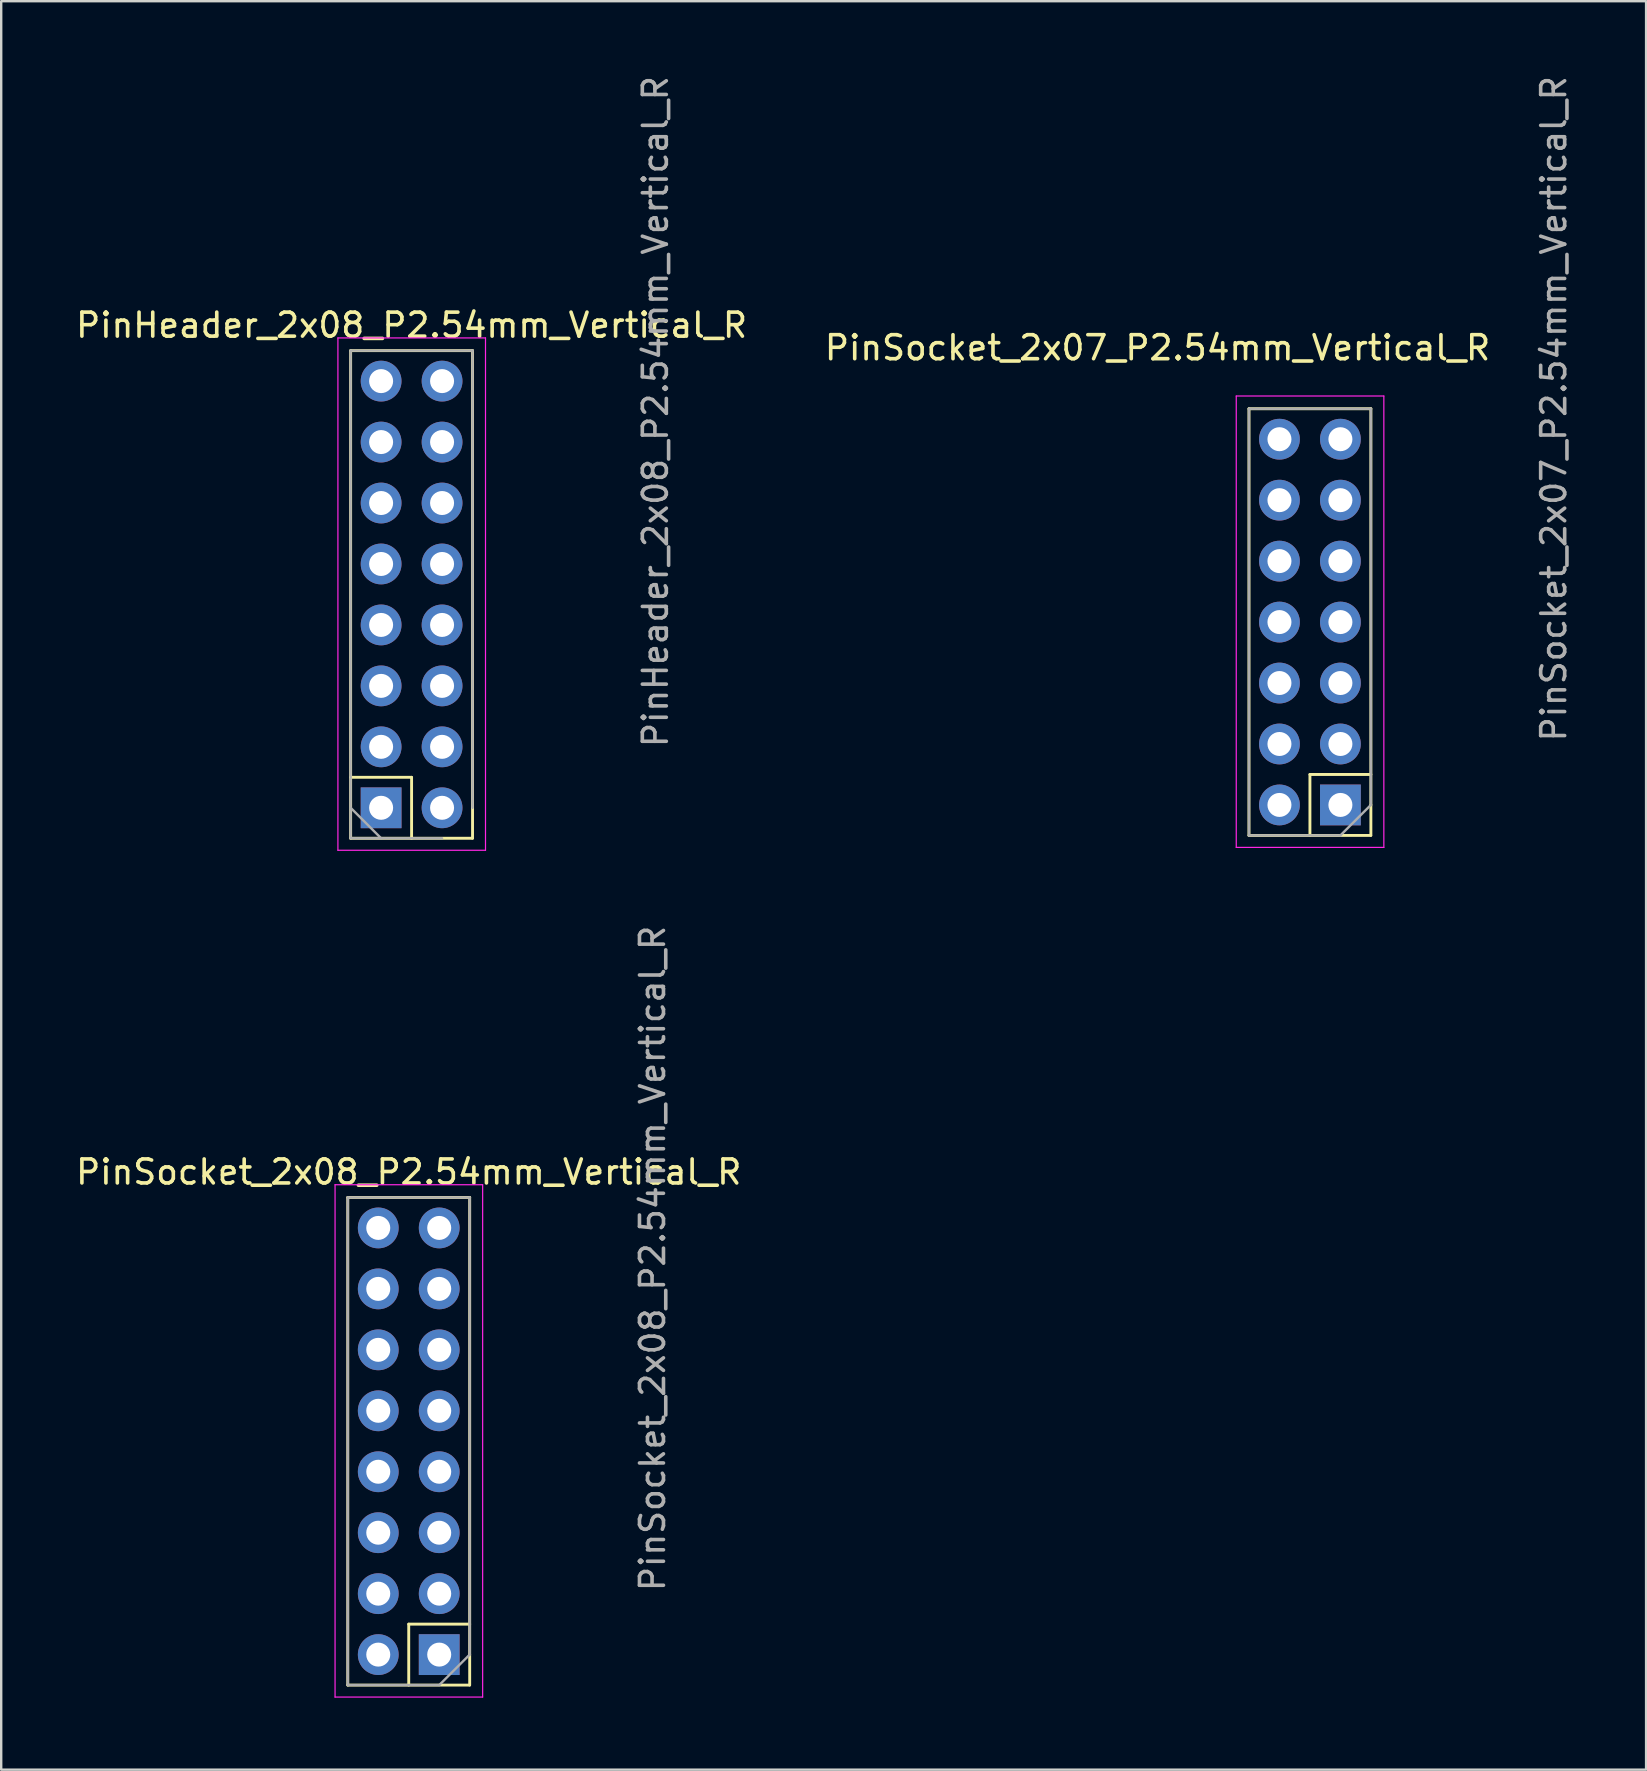
<source format=kicad_pcb>
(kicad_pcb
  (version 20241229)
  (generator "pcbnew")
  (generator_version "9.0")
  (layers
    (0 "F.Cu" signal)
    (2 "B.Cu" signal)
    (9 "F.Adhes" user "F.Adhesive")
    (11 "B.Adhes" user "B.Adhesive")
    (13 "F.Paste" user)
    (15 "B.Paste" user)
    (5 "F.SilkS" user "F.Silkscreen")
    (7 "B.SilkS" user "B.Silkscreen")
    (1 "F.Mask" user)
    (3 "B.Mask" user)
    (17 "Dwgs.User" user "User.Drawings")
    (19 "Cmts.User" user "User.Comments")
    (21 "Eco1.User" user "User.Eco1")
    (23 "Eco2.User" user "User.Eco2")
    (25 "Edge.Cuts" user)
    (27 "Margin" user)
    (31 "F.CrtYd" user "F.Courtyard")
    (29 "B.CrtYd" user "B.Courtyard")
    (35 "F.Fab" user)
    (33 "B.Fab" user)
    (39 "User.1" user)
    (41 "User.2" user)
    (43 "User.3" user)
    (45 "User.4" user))
  (footprint "PinHeader_2x08_P2.54mm_Vertical_R"
    (layer "F.Cu")
    (at 12.831 30.611)
    (property "Reference" "PinHeader_2x08_P2.54mm_Vertical_R" (at 1.27 -20.11 0) (layer "F.SilkS") (effects (font (size 1 1) (thickness 0.15))))
    (attr through_hole)
    (fp_line (start -1.27 1.27) (end -1.27 -19.05) (stroke (width 0.12) (type solid)) (layer "F.SilkS"))
    (fp_line (start 1.27 -1.27) (end -1.27 -1.27) (stroke (width 0.12) (type solid)) (layer "F.SilkS"))
    (fp_line (start 1.27 -1.27) (end 1.27 1.27) (stroke (width 0.12) (type solid)) (layer "F.SilkS"))
    (fp_line (start 3.804 1.27) (end -1.27 1.27) (stroke (width 0.12) (type solid)) (layer "F.SilkS"))
    (fp_line (start 3.81 -19.05) (end -1.27 -19.05) (stroke (width 0.12) (type solid)) (layer "F.SilkS"))
    (fp_line (start 3.81 0) (end 3.81 -19.05) (stroke (width 0.12) (type solid)) (layer "F.SilkS"))
    (fp_line (start 3.81 0) (end 3.81 1.27) (stroke (width 0.12) (type solid)) (layer "F.SilkS"))
    (fp_line (start -1.8 -19.58) (end -1.8 1.77) (stroke (width 0.05) (type solid)) (layer "F.CrtYd"))
    (fp_line (start -1.8 1.77) (end 4.35 1.77) (stroke (width 0.05) (type solid)) (layer "F.CrtYd"))
    (fp_line (start 4.35 -19.58) (end -1.8 -19.58) (stroke (width 0.05) (type solid)) (layer "F.CrtYd"))
    (fp_line (start 4.35 1.77) (end 4.35 -19.58) (stroke (width 0.05) (type solid)) (layer "F.CrtYd"))
    (fp_line (start -1.27 -19.05) (end 3.81 -19.05) (stroke (width 0.1) (type solid)) (layer "F.Fab"))
    (fp_line (start -1.27 0) (end 0 1.27) (stroke (width 0.1) (type solid)) (layer "F.Fab"))
    (fp_line (start -1.27 1.27) (end -1.27 -19.05) (stroke (width 0.1) (type solid)) (layer "F.Fab"))
    (fp_line (start 2.54 1.27) (end -1.27 1.27) (stroke (width 0.1) (type solid)) (layer "F.Fab"))
    (fp_line (start 3.81 -19.05) (end 3.81 0) (stroke (width 0.1) (type solid)) (layer "F.Fab"))
    (fp_text user "${REFERENCE}" (at 11.43 -16.51 90) (layer "F.Fab") (effects (font (size 1 1) (thickness 0.15))))
    (pad "1" thru_hole rect (at 0 0) (size 1.7 1.7) (drill 1) (layers "*.Cu" "*.Mask"))
    (pad "2" thru_hole oval (at 2.54 0) (size 1.7 1.7) (drill 1) (layers "*.Cu" "*.Mask"))
    (pad "3" thru_hole oval (at 0 -2.54) (size 1.7 1.7) (drill 1) (layers "*.Cu" "*.Mask"))
    (pad "4" thru_hole oval (at 2.54 -2.54) (size 1.7 1.7) (drill 1) (layers "*.Cu" "*.Mask"))
    (pad "5" thru_hole oval (at 0 -5.08) (size 1.7 1.7) (drill 1) (layers "*.Cu" "*.Mask"))
    (pad "6" thru_hole oval (at 2.54 -5.08) (size 1.7 1.7) (drill 1) (layers "*.Cu" "*.Mask"))
    (pad "7" thru_hole oval (at 0 -7.62) (size 1.7 1.7) (drill 1) (layers "*.Cu" "*.Mask"))
    (pad "8" thru_hole oval (at 2.54 -7.62) (size 1.7 1.7) (drill 1) (layers "*.Cu" "*.Mask"))
    (pad "9" thru_hole oval (at 0 -10.16) (size 1.7 1.7) (drill 1) (layers "*.Cu" "*.Mask"))
    (pad "10" thru_hole oval (at 2.54 -10.16) (size 1.7 1.7) (drill 1) (layers "*.Cu" "*.Mask"))
    (pad "11" thru_hole oval (at 0 -12.7) (size 1.7 1.7) (drill 1) (layers "*.Cu" "*.Mask"))
    (pad "12" thru_hole oval (at 2.54 -12.7) (size 1.7 1.7) (drill 1) (layers "*.Cu" "*.Mask"))
    (pad "13" thru_hole oval (at 0 -15.24) (size 1.7 1.7) (drill 1) (layers "*.Cu" "*.Mask"))
    (pad "14" thru_hole oval (at 2.54 -15.24) (size 1.7 1.7) (drill 1) (layers "*.Cu" "*.Mask"))
    (pad "15" thru_hole oval (at 0 -17.78) (size 1.7 1.7) (drill 1) (layers "*.Cu" "*.Mask"))
    (pad "16" thru_hole oval (at 2.54 -17.78) (size 1.7 1.7) (drill 1) (layers "*.Cu" "*.Mask")))
  (footprint "PinSocket_2x07_P2.54mm_Vertical_R"
    (layer "F.Cu")
    (at 52.805 30.492)
    (property "Reference" "PinSocket_2x07_P2.54mm_Vertical_R" (at -7.62 -19.05 0) (layer "F.SilkS") (effects (font (size 1 1) (thickness 0.15))))
    (attr through_hole)
    (fp_line (start -3.81 1.27) (end -3.81 -16.51) (stroke (width 0.12) (type solid)) (layer "F.SilkS"))
    (fp_line (start -1.27 -1.27) (end -1.27 1.27) (stroke (width 0.12) (type solid)) (layer "F.SilkS"))
    (fp_line (start 1.264 1.27) (end -3.81 1.27) (stroke (width 0.12) (type solid)) (layer "F.SilkS"))
    (fp_line (start 1.27 -16.51) (end -3.81 -16.51) (stroke (width 0.12) (type solid)) (layer "F.SilkS"))
    (fp_line (start 1.27 -1.27) (end -1.27 -1.27) (stroke (width 0.12) (type solid)) (layer "F.SilkS"))
    (fp_line (start 1.27 0) (end 1.27 -16.51) (stroke (width 0.12) (type solid)) (layer "F.SilkS"))
    (fp_line (start 1.27 0) (end 1.27 1.27) (stroke (width 0.12) (type solid)) (layer "F.SilkS"))
    (fp_line (start -4.34 -17.04) (end -4.34 1.77) (stroke (width 0.05) (type solid)) (layer "F.CrtYd"))
    (fp_line (start -4.34 1.77) (end 1.81 1.77) (stroke (width 0.05) (type solid)) (layer "F.CrtYd"))
    (fp_line (start 1.81 -17.04) (end -4.34 -17.04) (stroke (width 0.05) (type solid)) (layer "F.CrtYd"))
    (fp_line (start 1.81 1.77) (end 1.81 -17.04) (stroke (width 0.05) (type solid)) (layer "F.CrtYd"))
    (fp_line (start -3.81 -16.51) (end 1.27 -16.51) (stroke (width 0.1) (type solid)) (layer "F.Fab"))
    (fp_line (start -3.81 1.27) (end -3.81 -16.51) (stroke (width 0.1) (type solid)) (layer "F.Fab"))
    (fp_line (start 0 1.27) (end -3.81 1.27) (stroke (width 0.1) (type solid)) (layer "F.Fab"))
    (fp_line (start 1.27 -16.51) (end 1.27 0) (stroke (width 0.1) (type solid)) (layer "F.Fab"))
    (fp_line (start 1.27 0) (end 0 1.27) (stroke (width 0.1) (type solid)) (layer "F.Fab"))
    (fp_text user "${REFERENCE}" (at 8.89 -16.51 90) (layer "F.Fab") (effects (font (size 1 1) (thickness 0.15))))
    (pad "1" thru_hole rect (at 0 0) (size 1.7 1.7) (drill 1) (layers "*.Cu" "*.Mask"))
    (pad "2" thru_hole oval (at -2.54 0) (size 1.7 1.7) (drill 1) (layers "*.Cu" "*.Mask"))
    (pad "3" thru_hole oval (at 0 -2.54) (size 1.7 1.7) (drill 1) (layers "*.Cu" "*.Mask"))
    (pad "4" thru_hole oval (at -2.54 -2.54) (size 1.7 1.7) (drill 1) (layers "*.Cu" "*.Mask"))
    (pad "5" thru_hole oval (at 0 -5.08) (size 1.7 1.7) (drill 1) (layers "*.Cu" "*.Mask"))
    (pad "6" thru_hole oval (at -2.54 -5.08) (size 1.7 1.7) (drill 1) (layers "*.Cu" "*.Mask"))
    (pad "7" thru_hole oval (at 0 -7.62) (size 1.7 1.7) (drill 1) (layers "*.Cu" "*.Mask"))
    (pad "8" thru_hole oval (at -2.54 -7.62) (size 1.7 1.7) (drill 1) (layers "*.Cu" "*.Mask"))
    (pad "9" thru_hole oval (at 0 -10.16) (size 1.7 1.7) (drill 1) (layers "*.Cu" "*.Mask"))
    (pad "10" thru_hole oval (at -2.54 -10.16) (size 1.7 1.7) (drill 1) (layers "*.Cu" "*.Mask"))
    (pad "11" thru_hole oval (at 0 -12.7) (size 1.7 1.7) (drill 1) (layers "*.Cu" "*.Mask"))
    (pad "12" thru_hole oval (at -2.54 -12.7) (size 1.7 1.7) (drill 1) (layers "*.Cu" "*.Mask"))
    (pad "13" thru_hole oval (at 0 -15.24) (size 1.7 1.7) (drill 1) (layers "*.Cu" "*.Mask"))
    (pad "14" thru_hole oval (at -2.54 -15.24) (size 1.7 1.7) (drill 1) (layers "*.Cu" "*.Mask")))
  (footprint "PinSocket_2x08_P2.54mm_Vertical_R"
    (layer "F.Cu")
    (at 15.252 65.898)
    (property "Reference" "PinSocket_2x08_P2.54mm_Vertical_R" (at -1.27 -20.11 0) (layer "F.SilkS") (effects (font (size 1 1) (thickness 0.15))))
    (attr through_hole)
    (fp_line (start -3.81 1.27) (end -3.81 -19.05) (stroke (width 0.12) (type solid)) (layer "F.SilkS"))
    (fp_line (start -1.27 -1.27) (end -1.27 1.27) (stroke (width 0.12) (type solid)) (layer "F.SilkS"))
    (fp_line (start 1.264 1.27) (end -3.81 1.27) (stroke (width 0.12) (type solid)) (layer "F.SilkS"))
    (fp_line (start 1.27 -19.05) (end -3.81 -19.05) (stroke (width 0.12) (type solid)) (layer "F.SilkS"))
    (fp_line (start 1.27 -1.27) (end -1.27 -1.27) (stroke (width 0.12) (type solid)) (layer "F.SilkS"))
    (fp_line (start 1.27 0) (end 1.27 -19.05) (stroke (width 0.12) (type solid)) (layer "F.SilkS"))
    (fp_line (start 1.27 0) (end 1.27 1.27) (stroke (width 0.12) (type solid)) (layer "F.SilkS"))
    (fp_line (start -4.34 -19.58) (end -4.34 1.77) (stroke (width 0.05) (type solid)) (layer "F.CrtYd"))
    (fp_line (start -4.34 1.77) (end 1.81 1.77) (stroke (width 0.05) (type solid)) (layer "F.CrtYd"))
    (fp_line (start 1.81 -19.58) (end -4.34 -19.58) (stroke (width 0.05) (type solid)) (layer "F.CrtYd"))
    (fp_line (start 1.81 1.77) (end 1.81 -19.58) (stroke (width 0.05) (type solid)) (layer "F.CrtYd"))
    (fp_line (start -3.81 -19.05) (end 1.27 -19.05) (stroke (width 0.1) (type solid)) (layer "F.Fab"))
    (fp_line (start -3.81 1.27) (end -3.81 -19.05) (stroke (width 0.1) (type solid)) (layer "F.Fab"))
    (fp_line (start 0 1.27) (end -3.81 1.27) (stroke (width 0.1) (type solid)) (layer "F.Fab"))
    (fp_line (start 1.27 -19.05) (end 1.27 0) (stroke (width 0.1) (type solid)) (layer "F.Fab"))
    (fp_line (start 1.27 0) (end 0 1.27) (stroke (width 0.1) (type solid)) (layer "F.Fab"))
    (fp_text user "${REFERENCE}" (at 8.89 -16.51 90) (layer "F.Fab") (effects (font (size 1 1) (thickness 0.15))))
    (pad "1" thru_hole rect (at 0 0) (size 1.7 1.7) (drill 1) (layers "*.Cu" "*.Mask"))
    (pad "2" thru_hole oval (at -2.54 0) (size 1.7 1.7) (drill 1) (layers "*.Cu" "*.Mask"))
    (pad "3" thru_hole oval (at 0 -2.54) (size 1.7 1.7) (drill 1) (layers "*.Cu" "*.Mask"))
    (pad "4" thru_hole oval (at -2.54 -2.54) (size 1.7 1.7) (drill 1) (layers "*.Cu" "*.Mask"))
    (pad "5" thru_hole oval (at 0 -5.08) (size 1.7 1.7) (drill 1) (layers "*.Cu" "*.Mask"))
    (pad "6" thru_hole oval (at -2.54 -5.08) (size 1.7 1.7) (drill 1) (layers "*.Cu" "*.Mask"))
    (pad "7" thru_hole oval (at 0 -7.62) (size 1.7 1.7) (drill 1) (layers "*.Cu" "*.Mask"))
    (pad "8" thru_hole oval (at -2.54 -7.62) (size 1.7 1.7) (drill 1) (layers "*.Cu" "*.Mask"))
    (pad "9" thru_hole oval (at 0 -10.16) (size 1.7 1.7) (drill 1) (layers "*.Cu" "*.Mask"))
    (pad "10" thru_hole oval (at -2.54 -10.16) (size 1.7 1.7) (drill 1) (layers "*.Cu" "*.Mask"))
    (pad "11" thru_hole oval (at 0 -12.7) (size 1.7 1.7) (drill 1) (layers "*.Cu" "*.Mask"))
    (pad "12" thru_hole oval (at -2.54 -12.7) (size 1.7 1.7) (drill 1) (layers "*.Cu" "*.Mask"))
    (pad "13" thru_hole oval (at 0 -15.24) (size 1.7 1.7) (drill 1) (layers "*.Cu" "*.Mask"))
    (pad "14" thru_hole oval (at -2.54 -15.24) (size 1.7 1.7) (drill 1) (layers "*.Cu" "*.Mask"))
    (pad "15" thru_hole oval (at 0 -17.78) (size 1.7 1.7) (drill 1) (layers "*.Cu" "*.Mask"))
    (pad "16" thru_hole oval (at -2.54 -17.78) (size 1.7 1.7) (drill 1) (layers "*.Cu" "*.Mask")))
  (gr_rect
    (start -3 -3)
    (end 65.543 70.693)
    (stroke (width 0.1) (type default))
    (fill no)
    (layer "Edge.Cuts")))
</source>
